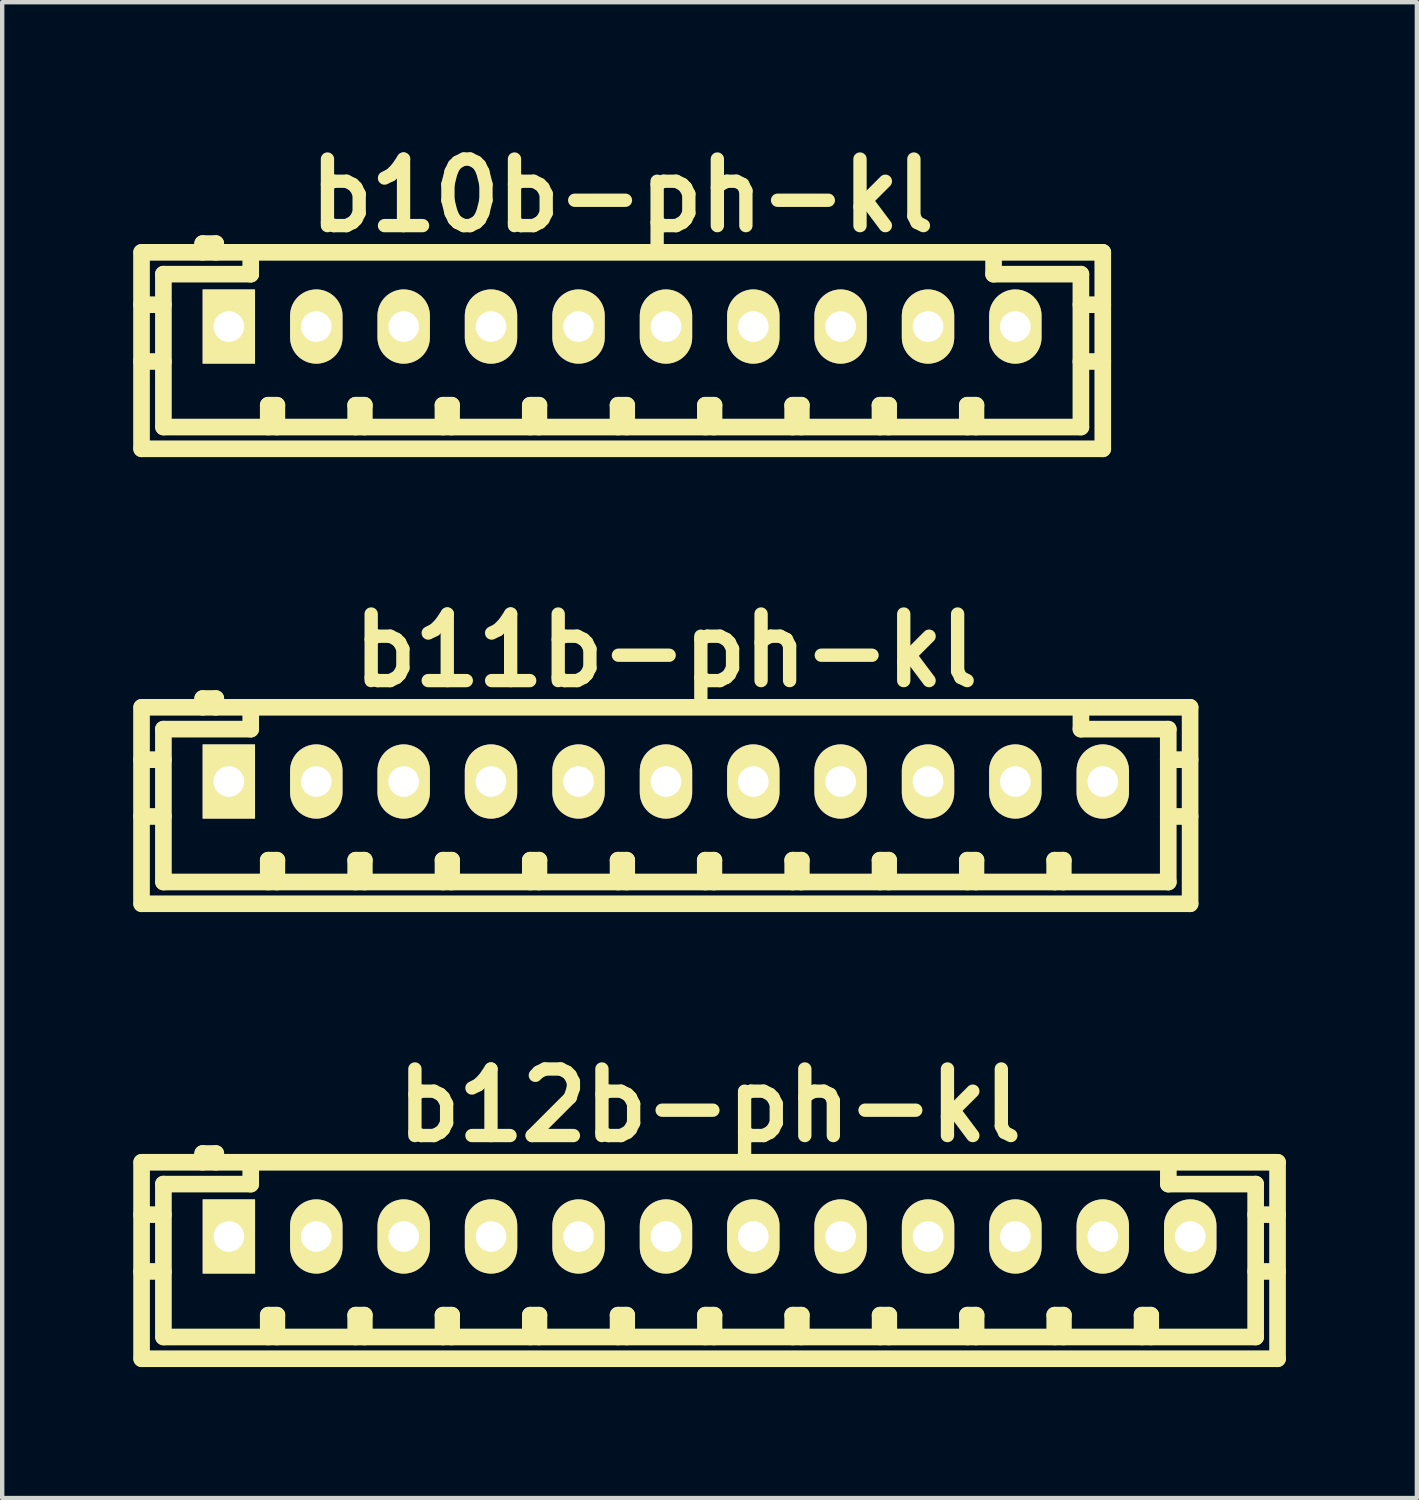
<source format=kicad_pcb>
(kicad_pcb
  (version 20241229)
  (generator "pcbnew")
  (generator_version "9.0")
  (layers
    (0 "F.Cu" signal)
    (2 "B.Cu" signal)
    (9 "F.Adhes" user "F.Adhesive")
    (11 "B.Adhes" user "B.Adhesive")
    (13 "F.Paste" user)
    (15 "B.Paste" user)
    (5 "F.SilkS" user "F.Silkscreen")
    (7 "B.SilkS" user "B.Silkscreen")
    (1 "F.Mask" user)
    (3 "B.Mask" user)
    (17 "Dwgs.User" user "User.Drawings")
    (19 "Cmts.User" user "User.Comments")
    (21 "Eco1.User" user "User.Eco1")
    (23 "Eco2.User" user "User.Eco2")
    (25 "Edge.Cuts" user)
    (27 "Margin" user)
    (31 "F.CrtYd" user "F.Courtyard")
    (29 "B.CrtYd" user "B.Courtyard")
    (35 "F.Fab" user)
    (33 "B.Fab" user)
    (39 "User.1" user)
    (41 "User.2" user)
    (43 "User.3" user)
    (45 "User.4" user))
  (footprint "b11b-ph-kl"
    (layer "F.Cu")
    (at 12.197 14.842)
    (property "Reference" "b11b-ph-kl" (at 0 -3 0) (layer "F.SilkS") (effects (font (size 1.524 1.524) (thickness 0.305))))
    (attr through_hole)
    (fp_line (start -12.007 -1.699) (end -12.007 2.799) (stroke (width 0.381) (type solid)) (layer "F.SilkS"))
    (fp_line (start -11.506 -1.199) (end -11.506 2.301) (stroke (width 0.381) (type solid)) (layer "F.SilkS"))
    (fp_line (start -11.506 -0.5) (end -12.007 -0.5) (stroke (width 0.381) (type solid)) (layer "F.SilkS"))
    (fp_line (start -11.506 0.8) (end -12.007 0.8) (stroke (width 0.381) (type solid)) (layer "F.SilkS"))
    (fp_line (start -11.501 2.301) (end 11.501 2.301) (stroke (width 0.381) (type solid)) (layer "F.SilkS"))
    (fp_line (start -10.607 -1.9) (end -10.607 -1.699) (stroke (width 0.381) (type solid)) (layer "F.SilkS"))
    (fp_line (start -10.307 -1.9) (end -10.607 -1.9) (stroke (width 0.381) (type solid)) (layer "F.SilkS"))
    (fp_line (start -10.307 -1.699) (end -10.307 -1.9) (stroke (width 0.381) (type solid)) (layer "F.SilkS"))
    (fp_line (start -9.507 -1.699) (end -9.507 -1.199) (stroke (width 0.381) (type solid)) (layer "F.SilkS"))
    (fp_line (start -9.507 -1.199) (end -11.506 -1.199) (stroke (width 0.381) (type solid)) (layer "F.SilkS"))
    (fp_line (start -9.106 1.801) (end -8.908 1.801) (stroke (width 0.381) (type solid)) (layer "F.SilkS"))
    (fp_line (start -9.106 2.301) (end -9.106 1.801) (stroke (width 0.381) (type solid)) (layer "F.SilkS"))
    (fp_line (start -8.908 1.801) (end -8.908 2.301) (stroke (width 0.381) (type solid)) (layer "F.SilkS"))
    (fp_line (start -7.104 1.801) (end -6.906 1.801) (stroke (width 0.381) (type solid)) (layer "F.SilkS"))
    (fp_line (start -7.104 2.301) (end -7.104 1.801) (stroke (width 0.381) (type solid)) (layer "F.SilkS"))
    (fp_line (start -6.906 1.801) (end -6.906 2.301) (stroke (width 0.381) (type solid)) (layer "F.SilkS"))
    (fp_line (start -5.105 1.801) (end -4.907 1.801) (stroke (width 0.381) (type solid)) (layer "F.SilkS"))
    (fp_line (start -5.105 2.301) (end -5.105 1.801) (stroke (width 0.381) (type solid)) (layer "F.SilkS"))
    (fp_line (start -4.907 1.801) (end -4.907 2.301) (stroke (width 0.381) (type solid)) (layer "F.SilkS"))
    (fp_line (start -3.106 1.801) (end -2.908 1.801) (stroke (width 0.381) (type solid)) (layer "F.SilkS"))
    (fp_line (start -3.106 2.301) (end -3.106 1.801) (stroke (width 0.381) (type solid)) (layer "F.SilkS"))
    (fp_line (start -2.908 1.801) (end -2.908 2.301) (stroke (width 0.381) (type solid)) (layer "F.SilkS"))
    (fp_line (start -1.097 1.801) (end -0.899 1.801) (stroke (width 0.381) (type solid)) (layer "F.SilkS"))
    (fp_line (start -1.097 2.301) (end -1.097 1.801) (stroke (width 0.381) (type solid)) (layer "F.SilkS"))
    (fp_line (start -0.899 1.801) (end -0.899 2.301) (stroke (width 0.381) (type solid)) (layer "F.SilkS"))
    (fp_line (start 0.899 1.801) (end 1.097 1.801) (stroke (width 0.381) (type solid)) (layer "F.SilkS"))
    (fp_line (start 0.899 2.301) (end 0.899 1.801) (stroke (width 0.381) (type solid)) (layer "F.SilkS"))
    (fp_line (start 1.097 1.801) (end 1.097 2.301) (stroke (width 0.381) (type solid)) (layer "F.SilkS"))
    (fp_line (start 2.901 1.801) (end 3.099 1.801) (stroke (width 0.381) (type solid)) (layer "F.SilkS"))
    (fp_line (start 2.901 2.301) (end 2.901 1.801) (stroke (width 0.381) (type solid)) (layer "F.SilkS"))
    (fp_line (start 3.099 1.801) (end 3.099 2.301) (stroke (width 0.381) (type solid)) (layer "F.SilkS"))
    (fp_line (start 4.9 1.801) (end 5.098 1.801) (stroke (width 0.381) (type solid)) (layer "F.SilkS"))
    (fp_line (start 4.9 2.301) (end 4.9 1.801) (stroke (width 0.381) (type solid)) (layer "F.SilkS"))
    (fp_line (start 5.098 1.801) (end 5.098 2.301) (stroke (width 0.381) (type solid)) (layer "F.SilkS"))
    (fp_line (start 6.899 1.801) (end 7.097 1.801) (stroke (width 0.381) (type solid)) (layer "F.SilkS"))
    (fp_line (start 6.899 2.301) (end 6.899 1.801) (stroke (width 0.381) (type solid)) (layer "F.SilkS"))
    (fp_line (start 7.097 1.801) (end 7.097 2.301) (stroke (width 0.381) (type solid)) (layer "F.SilkS"))
    (fp_line (start 8.898 1.801) (end 9.096 1.801) (stroke (width 0.381) (type solid)) (layer "F.SilkS"))
    (fp_line (start 8.898 2.301) (end 8.898 1.801) (stroke (width 0.381) (type solid)) (layer "F.SilkS"))
    (fp_line (start 9.096 1.801) (end 9.096 2.301) (stroke (width 0.381) (type solid)) (layer "F.SilkS"))
    (fp_line (start 9.5 -1.199) (end 9.5 -1.699) (stroke (width 0.381) (type solid)) (layer "F.SilkS"))
    (fp_line (start 11.499 -1.199) (end 9.5 -1.199) (stroke (width 0.381) (type solid)) (layer "F.SilkS"))
    (fp_line (start 11.499 0.8) (end 11.999 0.8) (stroke (width 0.381) (type solid)) (layer "F.SilkS"))
    (fp_line (start 11.499 2.301) (end 11.499 -1.199) (stroke (width 0.381) (type solid)) (layer "F.SilkS"))
    (fp_line (start 11.999 -1.699) (end -11.999 -1.699) (stroke (width 0.381) (type solid)) (layer "F.SilkS"))
    (fp_line (start 11.999 -1.699) (end 11.999 2.799) (stroke (width 0.381) (type solid)) (layer "F.SilkS"))
    (fp_line (start 11.999 -0.5) (end 11.499 -0.5) (stroke (width 0.381) (type solid)) (layer "F.SilkS"))
    (fp_line (start 11.999 2.799) (end -11.999 2.799) (stroke (width 0.381) (type solid)) (layer "F.SilkS"))
    (pad "1" thru_hole rect (at -10.008 0) (size 1.199 1.699) (drill 0.701) (layers "*.Cu" "*.Mask" "F.SilkS"))
    (pad "2" thru_hole oval (at -8.006 0) (size 1.199 1.699) (drill 0.701) (layers "*.Cu" "*.Mask" "F.SilkS"))
    (pad "3" thru_hole oval (at -6.005 0) (size 1.199 1.699) (drill 0.701) (layers "*.Cu" "*.Mask" "F.SilkS"))
    (pad "4" thru_hole oval (at -4.006 0) (size 1.199 1.699) (drill 0.701) (layers "*.Cu" "*.Mask" "F.SilkS"))
    (pad "5" thru_hole oval (at -2.002 0) (size 1.199 1.699) (drill 0.701) (layers "*.Cu" "*.Mask" "F.SilkS"))
    (pad "6" thru_hole oval (at 0 0) (size 1.199 1.699) (drill 0.701) (layers "*.Cu" "*.Mask" "F.SilkS"))
    (pad "7" thru_hole oval (at 1.999 0) (size 1.199 1.699) (drill 0.701) (layers "*.Cu" "*.Mask" "F.SilkS"))
    (pad "8" thru_hole oval (at 3.998 0) (size 1.199 1.699) (drill 0.701) (layers "*.Cu" "*.Mask" "F.SilkS"))
    (pad "9" thru_hole oval (at 5.999 0) (size 1.199 1.699) (drill 0.701) (layers "*.Cu" "*.Mask" "F.SilkS"))
    (pad "10" thru_hole oval (at 7.998 0) (size 1.199 1.699) (drill 0.701) (layers "*.Cu" "*.Mask" "F.SilkS"))
    (pad "11" thru_hole oval (at 10 0) (size 1.199 1.699) (drill 0.701) (layers "*.Cu" "*.Mask" "F.SilkS")))
  (footprint "b10b-ph-kl"
    (layer "F.Cu")
    (at 11.196 4.426)
    (property "Reference" "b10b-ph-kl" (at 0 -3 0) (layer "F.SilkS") (effects (font (size 1.524 1.524) (thickness 0.305))))
    (attr through_hole)
    (fp_line (start -11.006 -1.699) (end -11.006 2.799) (stroke (width 0.381) (type solid)) (layer "F.SilkS"))
    (fp_line (start -11.001 -1.699) (end 11.001 -1.699) (stroke (width 0.381) (type solid)) (layer "F.SilkS"))
    (fp_line (start -11.001 2.799) (end 11.001 2.799) (stroke (width 0.381) (type solid)) (layer "F.SilkS"))
    (fp_line (start -10.505 -1.199) (end -10.505 2.301) (stroke (width 0.381) (type solid)) (layer "F.SilkS"))
    (fp_line (start -10.505 -0.5) (end -11.006 -0.5) (stroke (width 0.381) (type solid)) (layer "F.SilkS"))
    (fp_line (start -10.505 0.8) (end -11.006 0.8) (stroke (width 0.381) (type solid)) (layer "F.SilkS"))
    (fp_line (start -9.606 -1.9) (end -9.606 -1.699) (stroke (width 0.381) (type solid)) (layer "F.SilkS"))
    (fp_line (start -9.307 -1.9) (end -9.606 -1.9) (stroke (width 0.381) (type solid)) (layer "F.SilkS"))
    (fp_line (start -9.307 -1.699) (end -9.307 -1.9) (stroke (width 0.381) (type solid)) (layer "F.SilkS"))
    (fp_line (start -8.506 -1.699) (end -8.506 -1.199) (stroke (width 0.381) (type solid)) (layer "F.SilkS"))
    (fp_line (start -8.506 -1.199) (end -10.505 -1.199) (stroke (width 0.381) (type solid)) (layer "F.SilkS"))
    (fp_line (start -8.105 1.801) (end -7.907 1.801) (stroke (width 0.381) (type solid)) (layer "F.SilkS"))
    (fp_line (start -8.105 2.301) (end -8.105 1.801) (stroke (width 0.381) (type solid)) (layer "F.SilkS"))
    (fp_line (start -7.907 1.801) (end -7.907 2.301) (stroke (width 0.381) (type solid)) (layer "F.SilkS"))
    (fp_line (start -6.104 1.801) (end -5.905 1.801) (stroke (width 0.381) (type solid)) (layer "F.SilkS"))
    (fp_line (start -6.104 2.301) (end -6.104 1.801) (stroke (width 0.381) (type solid)) (layer "F.SilkS"))
    (fp_line (start -5.905 1.801) (end -5.905 2.301) (stroke (width 0.381) (type solid)) (layer "F.SilkS"))
    (fp_line (start -4.105 1.801) (end -3.907 1.801) (stroke (width 0.381) (type solid)) (layer "F.SilkS"))
    (fp_line (start -4.105 2.301) (end -4.105 1.801) (stroke (width 0.381) (type solid)) (layer "F.SilkS"))
    (fp_line (start -3.907 1.801) (end -3.907 2.301) (stroke (width 0.381) (type solid)) (layer "F.SilkS"))
    (fp_line (start -2.106 1.801) (end -1.908 1.801) (stroke (width 0.381) (type solid)) (layer "F.SilkS"))
    (fp_line (start -2.106 2.301) (end -2.106 1.801) (stroke (width 0.381) (type solid)) (layer "F.SilkS"))
    (fp_line (start -1.908 1.801) (end -1.908 2.301) (stroke (width 0.381) (type solid)) (layer "F.SilkS"))
    (fp_line (start -0.097 1.801) (end 0.102 1.801) (stroke (width 0.381) (type solid)) (layer "F.SilkS"))
    (fp_line (start -0.097 2.301) (end -0.097 1.801) (stroke (width 0.381) (type solid)) (layer "F.SilkS"))
    (fp_line (start 0.102 1.801) (end 0.102 2.301) (stroke (width 0.381) (type solid)) (layer "F.SilkS"))
    (fp_line (start 1.902 1.801) (end 2.101 1.801) (stroke (width 0.381) (type solid)) (layer "F.SilkS"))
    (fp_line (start 1.902 2.301) (end 1.902 1.801) (stroke (width 0.381) (type solid)) (layer "F.SilkS"))
    (fp_line (start 2.101 1.801) (end 2.101 2.301) (stroke (width 0.381) (type solid)) (layer "F.SilkS"))
    (fp_line (start 3.901 1.801) (end 4.1 1.801) (stroke (width 0.381) (type solid)) (layer "F.SilkS"))
    (fp_line (start 3.901 2.301) (end 3.901 1.801) (stroke (width 0.381) (type solid)) (layer "F.SilkS"))
    (fp_line (start 4.1 1.801) (end 4.1 2.301) (stroke (width 0.381) (type solid)) (layer "F.SilkS"))
    (fp_line (start 5.9 1.801) (end 6.099 1.801) (stroke (width 0.381) (type solid)) (layer "F.SilkS"))
    (fp_line (start 5.9 2.301) (end 5.9 1.801) (stroke (width 0.381) (type solid)) (layer "F.SilkS"))
    (fp_line (start 6.099 1.801) (end 6.099 2.301) (stroke (width 0.381) (type solid)) (layer "F.SilkS"))
    (fp_line (start 7.899 1.801) (end 8.098 1.801) (stroke (width 0.381) (type solid)) (layer "F.SilkS"))
    (fp_line (start 7.899 2.301) (end 7.899 1.801) (stroke (width 0.381) (type solid)) (layer "F.SilkS"))
    (fp_line (start 8.098 1.801) (end 8.098 2.301) (stroke (width 0.381) (type solid)) (layer "F.SilkS"))
    (fp_line (start 8.501 -1.199) (end 8.501 -1.699) (stroke (width 0.381) (type solid)) (layer "F.SilkS"))
    (fp_line (start 10.5 -1.199) (end 8.501 -1.199) (stroke (width 0.381) (type solid)) (layer "F.SilkS"))
    (fp_line (start 10.5 0.8) (end 11.001 0.8) (stroke (width 0.381) (type solid)) (layer "F.SilkS"))
    (fp_line (start 10.5 2.301) (end -10.5 2.301) (stroke (width 0.381) (type solid)) (layer "F.SilkS"))
    (fp_line (start 10.5 2.301) (end 10.5 -1.199) (stroke (width 0.381) (type solid)) (layer "F.SilkS"))
    (fp_line (start 11.001 -1.699) (end 11.001 2.799) (stroke (width 0.381) (type solid)) (layer "F.SilkS"))
    (fp_line (start 11.001 -0.5) (end 10.5 -0.5) (stroke (width 0.381) (type solid)) (layer "F.SilkS"))
    (pad "1" thru_hole rect (at -9.007 0) (size 1.199 1.699) (drill 0.701) (layers "*.Cu" "*.Mask" "F.SilkS"))
    (pad "2" thru_hole oval (at -7.005 0) (size 1.199 1.699) (drill 0.701) (layers "*.Cu" "*.Mask" "F.SilkS"))
    (pad "3" thru_hole oval (at -5.004 0) (size 1.199 1.699) (drill 0.701) (layers "*.Cu" "*.Mask" "F.SilkS"))
    (pad "4" thru_hole oval (at -3.005 0) (size 1.199 1.699) (drill 0.701) (layers "*.Cu" "*.Mask" "F.SilkS"))
    (pad "5" thru_hole oval (at -1.001 0) (size 1.199 1.699) (drill 0.701) (layers "*.Cu" "*.Mask" "F.SilkS"))
    (pad "6" thru_hole oval (at 1.001 0) (size 1.199 1.699) (drill 0.701) (layers "*.Cu" "*.Mask" "F.SilkS"))
    (pad "7" thru_hole oval (at 3 0) (size 1.199 1.699) (drill 0.701) (layers "*.Cu" "*.Mask" "F.SilkS"))
    (pad "8" thru_hole oval (at 4.999 0) (size 1.199 1.699) (drill 0.701) (layers "*.Cu" "*.Mask" "F.SilkS"))
    (pad "9" thru_hole oval (at 7 0) (size 1.199 1.699) (drill 0.701) (layers "*.Cu" "*.Mask" "F.SilkS"))
    (pad "10" thru_hole oval (at 8.999 0) (size 1.199 1.699) (drill 0.701) (layers "*.Cu" "*.Mask" "F.SilkS")))
  (footprint "b12b-ph-kl"
    (layer "F.Cu")
    (at 13.198 25.258)
    (property "Reference" "b12b-ph-kl" (at 0 -3 0) (layer "F.SilkS") (effects (font (size 1.524 1.524) (thickness 0.305))))
    (attr through_hole)
    (fp_line (start -13.007 -1.699) (end -13.007 2.799) (stroke (width 0.381) (type solid)) (layer "F.SilkS"))
    (fp_line (start -13 -1.699) (end 13 -1.699) (stroke (width 0.381) (type solid)) (layer "F.SilkS"))
    (fp_line (start -13 2.799) (end 13 2.799) (stroke (width 0.381) (type solid)) (layer "F.SilkS"))
    (fp_line (start -12.507 -1.199) (end -12.507 2.301) (stroke (width 0.381) (type solid)) (layer "F.SilkS"))
    (fp_line (start -12.507 -0.5) (end -13.007 -0.5) (stroke (width 0.381) (type solid)) (layer "F.SilkS"))
    (fp_line (start -12.507 0.8) (end -13.007 0.8) (stroke (width 0.381) (type solid)) (layer "F.SilkS"))
    (fp_line (start -11.608 -1.9) (end -11.608 -1.699) (stroke (width 0.381) (type solid)) (layer "F.SilkS"))
    (fp_line (start -11.308 -1.9) (end -11.608 -1.9) (stroke (width 0.381) (type solid)) (layer "F.SilkS"))
    (fp_line (start -11.308 -1.699) (end -11.308 -1.9) (stroke (width 0.381) (type solid)) (layer "F.SilkS"))
    (fp_line (start -10.508 -1.699) (end -10.508 -1.199) (stroke (width 0.381) (type solid)) (layer "F.SilkS"))
    (fp_line (start -10.508 -1.199) (end -12.507 -1.199) (stroke (width 0.381) (type solid)) (layer "F.SilkS"))
    (fp_line (start -10.107 1.801) (end -9.909 1.801) (stroke (width 0.381) (type solid)) (layer "F.SilkS"))
    (fp_line (start -10.107 2.301) (end -10.107 1.801) (stroke (width 0.381) (type solid)) (layer "F.SilkS"))
    (fp_line (start -9.909 1.801) (end -9.909 2.301) (stroke (width 0.381) (type solid)) (layer "F.SilkS"))
    (fp_line (start -8.105 1.801) (end -7.907 1.801) (stroke (width 0.381) (type solid)) (layer "F.SilkS"))
    (fp_line (start -8.105 2.301) (end -8.105 1.801) (stroke (width 0.381) (type solid)) (layer "F.SilkS"))
    (fp_line (start -7.907 1.801) (end -7.907 2.301) (stroke (width 0.381) (type solid)) (layer "F.SilkS"))
    (fp_line (start -6.106 1.801) (end -5.908 1.801) (stroke (width 0.381) (type solid)) (layer "F.SilkS"))
    (fp_line (start -6.106 2.301) (end -6.106 1.801) (stroke (width 0.381) (type solid)) (layer "F.SilkS"))
    (fp_line (start -5.908 1.801) (end -5.908 2.301) (stroke (width 0.381) (type solid)) (layer "F.SilkS"))
    (fp_line (start -4.107 1.801) (end -3.909 1.801) (stroke (width 0.381) (type solid)) (layer "F.SilkS"))
    (fp_line (start -4.107 2.301) (end -4.107 1.801) (stroke (width 0.381) (type solid)) (layer "F.SilkS"))
    (fp_line (start -3.909 1.801) (end -3.909 2.301) (stroke (width 0.381) (type solid)) (layer "F.SilkS"))
    (fp_line (start -2.098 1.801) (end -1.9 1.801) (stroke (width 0.381) (type solid)) (layer "F.SilkS"))
    (fp_line (start -2.098 2.301) (end -2.098 1.801) (stroke (width 0.381) (type solid)) (layer "F.SilkS"))
    (fp_line (start -1.9 1.801) (end -1.9 2.301) (stroke (width 0.381) (type solid)) (layer "F.SilkS"))
    (fp_line (start -0.099 1.801) (end 0.099 1.801) (stroke (width 0.381) (type solid)) (layer "F.SilkS"))
    (fp_line (start -0.099 2.301) (end -0.099 1.801) (stroke (width 0.381) (type solid)) (layer "F.SilkS"))
    (fp_line (start 0.099 1.801) (end 0.099 2.301) (stroke (width 0.381) (type solid)) (layer "F.SilkS"))
    (fp_line (start 1.9 1.801) (end 2.098 1.801) (stroke (width 0.381) (type solid)) (layer "F.SilkS"))
    (fp_line (start 1.9 2.301) (end 1.9 1.801) (stroke (width 0.381) (type solid)) (layer "F.SilkS"))
    (fp_line (start 2.098 1.801) (end 2.098 2.301) (stroke (width 0.381) (type solid)) (layer "F.SilkS"))
    (fp_line (start 3.901 1.801) (end 4.1 1.801) (stroke (width 0.381) (type solid)) (layer "F.SilkS"))
    (fp_line (start 3.901 2.301) (end 3.901 1.801) (stroke (width 0.381) (type solid)) (layer "F.SilkS"))
    (fp_line (start 4.1 1.801) (end 4.1 2.301) (stroke (width 0.381) (type solid)) (layer "F.SilkS"))
    (fp_line (start 5.9 1.801) (end 6.099 1.801) (stroke (width 0.381) (type solid)) (layer "F.SilkS"))
    (fp_line (start 5.9 2.301) (end 5.9 1.801) (stroke (width 0.381) (type solid)) (layer "F.SilkS"))
    (fp_line (start 6.099 1.801) (end 6.099 2.301) (stroke (width 0.381) (type solid)) (layer "F.SilkS"))
    (fp_line (start 7.899 1.801) (end 8.098 1.801) (stroke (width 0.381) (type solid)) (layer "F.SilkS"))
    (fp_line (start 7.899 2.301) (end 7.899 1.801) (stroke (width 0.381) (type solid)) (layer "F.SilkS"))
    (fp_line (start 8.098 1.801) (end 8.098 2.301) (stroke (width 0.381) (type solid)) (layer "F.SilkS"))
    (fp_line (start 9.898 1.801) (end 10.097 1.801) (stroke (width 0.381) (type solid)) (layer "F.SilkS"))
    (fp_line (start 9.898 2.301) (end 9.898 1.801) (stroke (width 0.381) (type solid)) (layer "F.SilkS"))
    (fp_line (start 10.097 1.801) (end 10.097 2.301) (stroke (width 0.381) (type solid)) (layer "F.SilkS"))
    (fp_line (start 10.5 -1.199) (end 10.5 -1.699) (stroke (width 0.381) (type solid)) (layer "F.SilkS"))
    (fp_line (start 12.499 -1.199) (end 10.5 -1.199) (stroke (width 0.381) (type solid)) (layer "F.SilkS"))
    (fp_line (start 12.499 0.8) (end 13 0.8) (stroke (width 0.381) (type solid)) (layer "F.SilkS"))
    (fp_line (start 12.499 2.301) (end -12.499 2.301) (stroke (width 0.381) (type solid)) (layer "F.SilkS"))
    (fp_line (start 12.499 2.301) (end 12.499 -1.199) (stroke (width 0.381) (type solid)) (layer "F.SilkS"))
    (fp_line (start 13 -1.699) (end 13 2.799) (stroke (width 0.381) (type solid)) (layer "F.SilkS"))
    (fp_line (start 13 -0.5) (end 12.499 -0.5) (stroke (width 0.381) (type solid)) (layer "F.SilkS"))
    (pad "1" thru_hole rect (at -11.008 0) (size 1.199 1.699) (drill 0.701) (layers "*.Cu" "*.Mask" "F.SilkS"))
    (pad "2" thru_hole oval (at -9.007 0) (size 1.199 1.699) (drill 0.701) (layers "*.Cu" "*.Mask" "F.SilkS"))
    (pad "3" thru_hole oval (at -7.005 0) (size 1.199 1.699) (drill 0.701) (layers "*.Cu" "*.Mask" "F.SilkS"))
    (pad "4" thru_hole oval (at -5.006 0) (size 1.199 1.699) (drill 0.701) (layers "*.Cu" "*.Mask" "F.SilkS"))
    (pad "5" thru_hole oval (at -3.002 0) (size 1.199 1.699) (drill 0.701) (layers "*.Cu" "*.Mask" "F.SilkS"))
    (pad "6" thru_hole oval (at -1.001 0) (size 1.199 1.699) (drill 0.701) (layers "*.Cu" "*.Mask" "F.SilkS"))
    (pad "7" thru_hole oval (at 0.998 0) (size 1.199 1.699) (drill 0.701) (layers "*.Cu" "*.Mask" "F.SilkS"))
    (pad "8" thru_hole oval (at 2.997 0) (size 1.199 1.699) (drill 0.701) (layers "*.Cu" "*.Mask" "F.SilkS"))
    (pad "9" thru_hole oval (at 4.999 0) (size 1.199 1.699) (drill 0.701) (layers "*.Cu" "*.Mask" "F.SilkS"))
    (pad "10" thru_hole oval (at 6.998 0) (size 1.199 1.699) (drill 0.701) (layers "*.Cu" "*.Mask" "F.SilkS"))
    (pad "11" thru_hole oval (at 8.999 0) (size 1.199 1.699) (drill 0.701) (layers "*.Cu" "*.Mask" "F.SilkS"))
    (pad "12" thru_hole oval (at 11.001 0) (size 1.199 1.699) (drill 0.701) (layers "*.Cu" "*.Mask" "F.SilkS")))
  (gr_rect
    (start -3 -3)
    (end 29.388 31.247)
    (stroke (width 0.1) (type default))
    (fill no)
    (layer "Edge.Cuts")))
</source>
